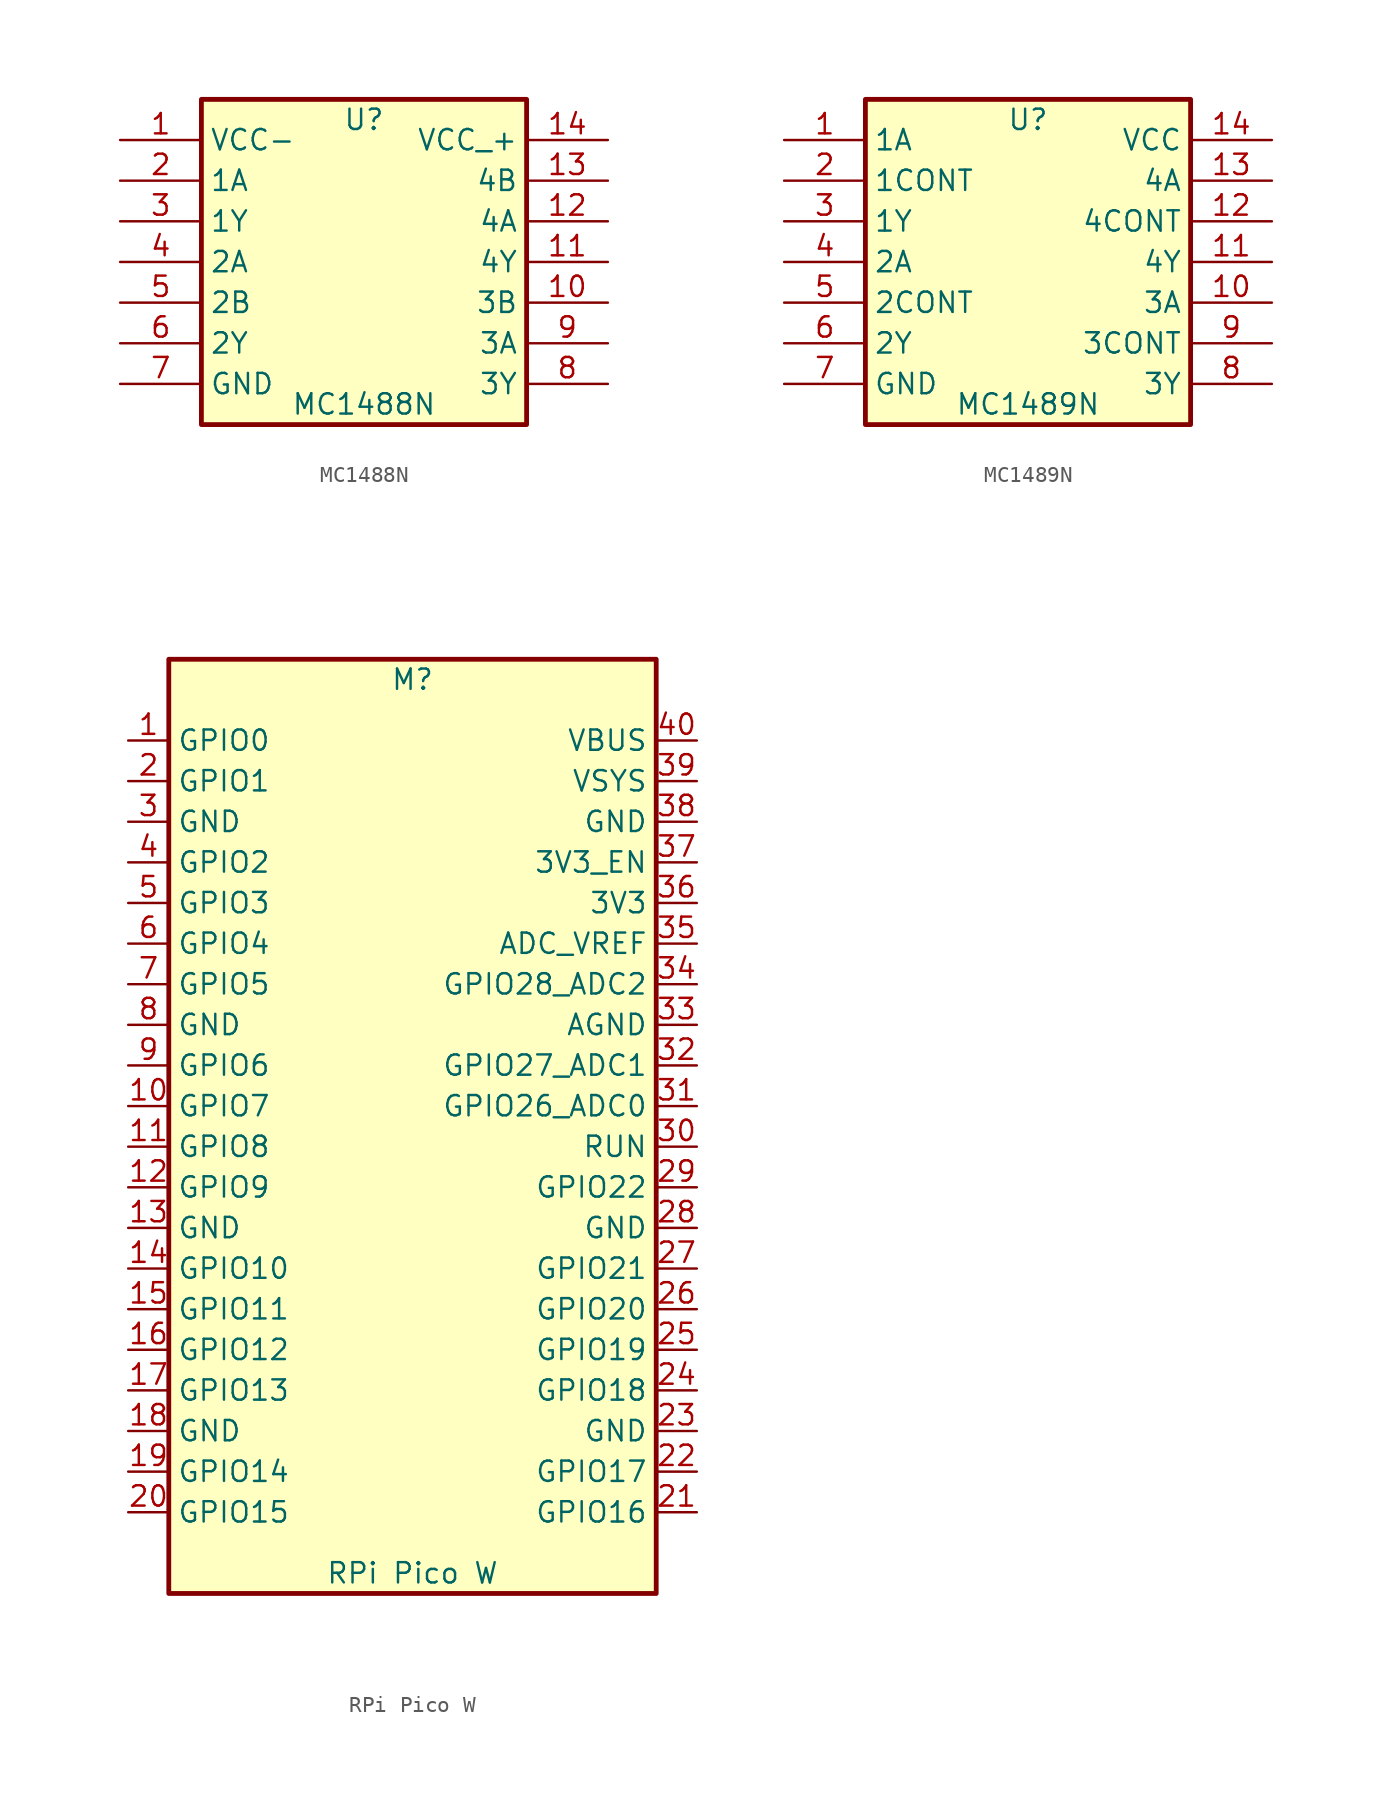
<source format=kicad_sym>
(kicad_symbol_lib
  (version 20211014)
  (generator kicad_symbol_editor)
  (symbol "MC1488N"
    (property "Reference" "U"
      (at 0 8.89 0)
      (effects (font (size 1.27 1.27))))
    (property "Value" "MC1488N"
      (at 0 -8.89 0)
      (effects (font (size 1.27 1.27))))
    (symbol "MC1488N_0_0"
      (pin power_in line (at -15.24 7.62 0) (length 5.08) (name "VCC-" (effects (font (size 1.27 1.27)))) (number "1" (effects (font (size 1.27 1.27)))))
      (pin input line (at 15.24 -2.54 180) (length 5.08) (name "3B" (effects (font (size 1.27 1.27)))) (number "10" (effects (font (size 1.27 1.27)))))
      (pin output line (at 15.24 0 180) (length 5.08) (name "4Y" (effects (font (size 1.27 1.27)))) (number "11" (effects (font (size 1.27 1.27)))))
      (pin input line (at 15.24 2.54 180) (length 5.08) (name "4A" (effects (font (size 1.27 1.27)))) (number "12" (effects (font (size 1.27 1.27)))))
      (pin input line (at 15.24 5.08 180) (length 5.08) (name "4B" (effects (font (size 1.27 1.27)))) (number "13" (effects (font (size 1.27 1.27)))))
      (pin power_in line (at 15.24 7.62 180) (length 5.08) (name "VCC_+" (effects (font (size 1.27 1.27)))) (number "14" (effects (font (size 1.27 1.27)))))
      (pin input line (at -15.24 5.08 0) (length 5.08) (name "1A" (effects (font (size 1.27 1.27)))) (number "2" (effects (font (size 1.27 1.27)))))
      (pin output line (at -15.24 2.54 0) (length 5.08) (name "1Y" (effects (font (size 1.27 1.27)))) (number "3" (effects (font (size 1.27 1.27)))))
      (pin input line (at -15.24 0 0) (length 5.08) (name "2A" (effects (font (size 1.27 1.27)))) (number "4" (effects (font (size 1.27 1.27)))))
      (pin input line (at -15.24 -2.54 0) (length 5.08) (name "2B" (effects (font (size 1.27 1.27)))) (number "5" (effects (font (size 1.27 1.27)))))
      (pin output line (at -15.24 -5.08 0) (length 5.08) (name "2Y" (effects (font (size 1.27 1.27)))) (number "6" (effects (font (size 1.27 1.27)))))
      (pin power_in line (at -15.24 -7.62 0) (length 5.08) (name "GND" (effects (font (size 1.27 1.27)))) (number "7" (effects (font (size 1.27 1.27)))))
      (pin output line (at 15.24 -7.62 180) (length 5.08) (name "3Y" (effects (font (size 1.27 1.27)))) (number "8" (effects (font (size 1.27 1.27)))))
      (pin input line (at 15.24 -5.08 180) (length 5.08) (name "3A" (effects (font (size 1.27 1.27)))) (number "9" (effects (font (size 1.27 1.27))))))
    (symbol "MC1488N_0_1"
      (polyline (pts (xy -10.16 10.16) (xy 10.16 10.16) (xy 10.16 -10.16) (xy -10.16 -10.16) (xy -10.16 10.16)) (stroke (width 0.3) (type default) (color 0 0 0 0)) (fill (type background)))))
  (symbol "MC1489N"
    (property "Reference" "U"
      (at 0 8.89 0)
      (effects (font (size 1.27 1.27))))
    (property "Value" "MC1489N"
      (at 0 -8.89 0)
      (effects (font (size 1.27 1.27))))
    (symbol "MC1489N_0_0"
      (pin input line (at -15.24 7.62 0) (length 5.08) (name "1A" (effects (font (size 1.27 1.27)))) (number "1" (effects (font (size 1.27 1.27)))))
      (pin input line (at 15.24 -2.54 180) (length 5.08) (name "3A" (effects (font (size 1.27 1.27)))) (number "10" (effects (font (size 1.27 1.27)))))
      (pin output line (at 15.24 0 180) (length 5.08) (name "4Y" (effects (font (size 1.27 1.27)))) (number "11" (effects (font (size 1.27 1.27)))))
      (pin passive line (at 15.24 2.54 180) (length 5.08) (name "4CONT" (effects (font (size 1.27 1.27)))) (number "12" (effects (font (size 1.27 1.27)))))
      (pin input line (at 15.24 5.08 180) (length 5.08) (name "4A" (effects (font (size 1.27 1.27)))) (number "13" (effects (font (size 1.27 1.27)))))
      (pin power_in line (at 15.24 7.62 180) (length 5.08) (name "VCC" (effects (font (size 1.27 1.27)))) (number "14" (effects (font (size 1.27 1.27)))))
      (pin passive line (at -15.24 5.08 0) (length 5.08) (name "1CONT" (effects (font (size 1.27 1.27)))) (number "2" (effects (font (size 1.27 1.27)))))
      (pin output line (at -15.24 2.54 0) (length 5.08) (name "1Y" (effects (font (size 1.27 1.27)))) (number "3" (effects (font (size 1.27 1.27)))))
      (pin input line (at -15.24 0 0) (length 5.08) (name "2A" (effects (font (size 1.27 1.27)))) (number "4" (effects (font (size 1.27 1.27)))))
      (pin passive line (at -15.24 -2.54 0) (length 5.08) (name "2CONT" (effects (font (size 1.27 1.27)))) (number "5" (effects (font (size 1.27 1.27)))))
      (pin power_out line (at -15.24 -5.08 0) (length 5.08) (name "2Y" (effects (font (size 1.27 1.27)))) (number "6" (effects (font (size 1.27 1.27)))))
      (pin power_in line (at -15.24 -7.62 0) (length 5.08) (name "GND" (effects (font (size 1.27 1.27)))) (number "7" (effects (font (size 1.27 1.27)))))
      (pin output line (at 15.24 -7.62 180) (length 5.08) (name "3Y" (effects (font (size 1.27 1.27)))) (number "8" (effects (font (size 1.27 1.27)))))
      (pin passive line (at 15.24 -5.08 180) (length 5.08) (name "3CONT" (effects (font (size 1.27 1.27)))) (number "9" (effects (font (size 1.27 1.27))))))
    (symbol "MC1489N_0_1"
      (polyline (pts (xy -10.16 10.16) (xy 10.16 10.16) (xy 10.16 -10.16) (xy -10.16 -10.16) (xy -10.16 10.16)) (stroke (width 0.3) (type default) (color 0 0 0 0)) (fill (type background)))))
  (symbol "RPi Pico W"
    (property "Reference" "M"
      (at 0 27.94 0)
      (effects (font (size 1.27 1.27))))
    (property "Value" "RPi Pico W"
      (at 0 -27.94 0)
      (effects (font (size 1.27 1.27))))
    (symbol "RPi Pico W_0_1"
      (rectangle (start -15.24 29.21) (end 15.24 -29.21) (stroke (width 0.3) (type default) (color 0 0 0 0)) (fill (type background))))
    (symbol "RPi Pico W_1_1"
      (pin bidirectional line (at -17.78 24.13 0) (length 2.54) (name "GPIO0" (effects (font (size 1.27 1.27)))) (number "1" (effects (font (size 1.27 1.27)))))
      (pin bidirectional line (at -17.78 1.27 0) (length 2.54) (name "GPIO7" (effects (font (size 1.27 1.27)))) (number "10" (effects (font (size 1.27 1.27)))))
      (pin bidirectional line (at -17.78 -1.27 0) (length 2.54) (name "GPIO8" (effects (font (size 1.27 1.27)))) (number "11" (effects (font (size 1.27 1.27)))))
      (pin bidirectional line (at -17.78 -3.81 0) (length 2.54) (name "GPIO9" (effects (font (size 1.27 1.27)))) (number "12" (effects (font (size 1.27 1.27)))))
      (pin power_in line (at -17.78 -6.35 0) (length 2.54) (name "GND" (effects (font (size 1.27 1.27)))) (number "13" (effects (font (size 1.27 1.27)))))
      (pin bidirectional line (at -17.78 -8.89 0) (length 2.54) (name "GPIO10" (effects (font (size 1.27 1.27)))) (number "14" (effects (font (size 1.27 1.27)))))
      (pin bidirectional line (at -17.78 -11.43 0) (length 2.54) (name "GPIO11" (effects (font (size 1.27 1.27)))) (number "15" (effects (font (size 1.27 1.27)))))
      (pin bidirectional line (at -17.78 -13.97 0) (length 2.54) (name "GPIO12" (effects (font (size 1.27 1.27)))) (number "16" (effects (font (size 1.27 1.27)))))
      (pin bidirectional line (at -17.78 -16.51 0) (length 2.54) (name "GPIO13" (effects (font (size 1.27 1.27)))) (number "17" (effects (font (size 1.27 1.27)))))
      (pin power_in line (at -17.78 -19.05 0) (length 2.54) (name "GND" (effects (font (size 1.27 1.27)))) (number "18" (effects (font (size 1.27 1.27)))))
      (pin bidirectional line (at -17.78 -21.59 0) (length 2.54) (name "GPIO14" (effects (font (size 1.27 1.27)))) (number "19" (effects (font (size 1.27 1.27)))))
      (pin bidirectional line (at -17.78 21.59 0) (length 2.54) (name "GPIO1" (effects (font (size 1.27 1.27)))) (number "2" (effects (font (size 1.27 1.27)))))
      (pin bidirectional line (at -17.78 -24.13 0) (length 2.54) (name "GPIO15" (effects (font (size 1.27 1.27)))) (number "20" (effects (font (size 1.27 1.27)))))
      (pin bidirectional line (at 17.78 -24.13 180) (length 2.54) (name "GPIO16" (effects (font (size 1.27 1.27)))) (number "21" (effects (font (size 1.27 1.27)))))
      (pin bidirectional line (at 17.78 -21.59 180) (length 2.54) (name "GPIO17" (effects (font (size 1.27 1.27)))) (number "22" (effects (font (size 1.27 1.27)))))
      (pin power_in line (at 17.78 -19.05 180) (length 2.54) (name "GND" (effects (font (size 1.27 1.27)))) (number "23" (effects (font (size 1.27 1.27)))))
      (pin bidirectional line (at 17.78 -16.51 180) (length 2.54) (name "GPIO18" (effects (font (size 1.27 1.27)))) (number "24" (effects (font (size 1.27 1.27)))))
      (pin bidirectional line (at 17.78 -13.97 180) (length 2.54) (name "GPIO19" (effects (font (size 1.27 1.27)))) (number "25" (effects (font (size 1.27 1.27)))))
      (pin bidirectional line (at 17.78 -11.43 180) (length 2.54) (name "GPIO20" (effects (font (size 1.27 1.27)))) (number "26" (effects (font (size 1.27 1.27)))))
      (pin bidirectional line (at 17.78 -8.89 180) (length 2.54) (name "GPIO21" (effects (font (size 1.27 1.27)))) (number "27" (effects (font (size 1.27 1.27)))))
      (pin power_in line (at 17.78 -6.35 180) (length 2.54) (name "GND" (effects (font (size 1.27 1.27)))) (number "28" (effects (font (size 1.27 1.27)))))
      (pin bidirectional line (at 17.78 -3.81 180) (length 2.54) (name "GPIO22" (effects (font (size 1.27 1.27)))) (number "29" (effects (font (size 1.27 1.27)))))
      (pin power_in line (at -17.78 19.05 0) (length 2.54) (name "GND" (effects (font (size 1.27 1.27)))) (number "3" (effects (font (size 1.27 1.27)))))
      (pin input line (at 17.78 -1.27 180) (length 2.54) (name "RUN" (effects (font (size 1.27 1.27)))) (number "30" (effects (font (size 1.27 1.27)))))
      (pin bidirectional line (at 17.78 1.27 180) (length 2.54) (name "GPIO26_ADC0" (effects (font (size 1.27 1.27)))) (number "31" (effects (font (size 1.27 1.27)))))
      (pin bidirectional line (at 17.78 3.81 180) (length 2.54) (name "GPIO27_ADC1" (effects (font (size 1.27 1.27)))) (number "32" (effects (font (size 1.27 1.27)))))
      (pin power_in line (at 17.78 6.35 180) (length 2.54) (name "AGND" (effects (font (size 1.27 1.27)))) (number "33" (effects (font (size 1.27 1.27)))))
      (pin bidirectional line (at 17.78 8.89 180) (length 2.54) (name "GPIO28_ADC2" (effects (font (size 1.27 1.27)))) (number "34" (effects (font (size 1.27 1.27)))))
      (pin power_in line (at 17.78 11.43 180) (length 2.54) (name "ADC_VREF" (effects (font (size 1.27 1.27)))) (number "35" (effects (font (size 1.27 1.27)))))
      (pin power_in line (at 17.78 13.97 180) (length 2.54) (name "3V3" (effects (font (size 1.27 1.27)))) (number "36" (effects (font (size 1.27 1.27)))))
      (pin input line (at 17.78 16.51 180) (length 2.54) (name "3V3_EN" (effects (font (size 1.27 1.27)))) (number "37" (effects (font (size 1.27 1.27)))))
      (pin bidirectional line (at 17.78 19.05 180) (length 2.54) (name "GND" (effects (font (size 1.27 1.27)))) (number "38" (effects (font (size 1.27 1.27)))))
      (pin power_in line (at 17.78 21.59 180) (length 2.54) (name "VSYS" (effects (font (size 1.27 1.27)))) (number "39" (effects (font (size 1.27 1.27)))))
      (pin bidirectional line (at -17.78 16.51 0) (length 2.54) (name "GPIO2" (effects (font (size 1.27 1.27)))) (number "4" (effects (font (size 1.27 1.27)))))
      (pin power_in line (at 17.78 24.13 180) (length 2.54) (name "VBUS" (effects (font (size 1.27 1.27)))) (number "40" (effects (font (size 1.27 1.27)))))
      (pin bidirectional line (at -17.78 13.97 0) (length 2.54) (name "GPIO3" (effects (font (size 1.27 1.27)))) (number "5" (effects (font (size 1.27 1.27)))))
      (pin bidirectional line (at -17.78 11.43 0) (length 2.54) (name "GPIO4" (effects (font (size 1.27 1.27)))) (number "6" (effects (font (size 1.27 1.27)))))
      (pin bidirectional line (at -17.78 8.89 0) (length 2.54) (name "GPIO5" (effects (font (size 1.27 1.27)))) (number "7" (effects (font (size 1.27 1.27)))))
      (pin power_in line (at -17.78 6.35 0) (length 2.54) (name "GND" (effects (font (size 1.27 1.27)))) (number "8" (effects (font (size 1.27 1.27)))))
      (pin bidirectional line (at -17.78 3.81 0) (length 2.54) (name "GPIO6" (effects (font (size 1.27 1.27)))) (number "9" (effects (font (size 1.27 1.27))))))))
</source>
